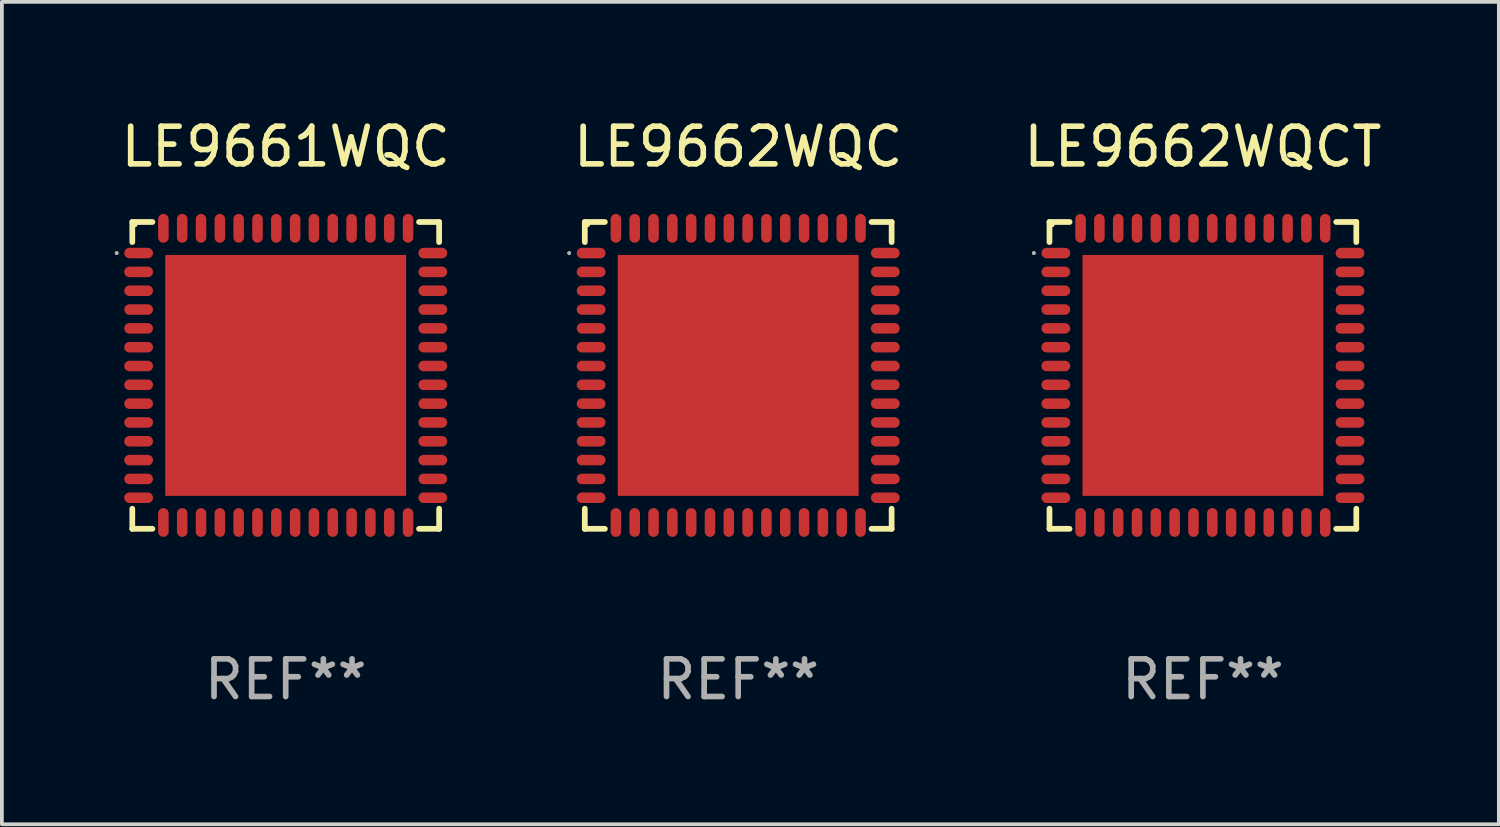
<source format=kicad_pcb>
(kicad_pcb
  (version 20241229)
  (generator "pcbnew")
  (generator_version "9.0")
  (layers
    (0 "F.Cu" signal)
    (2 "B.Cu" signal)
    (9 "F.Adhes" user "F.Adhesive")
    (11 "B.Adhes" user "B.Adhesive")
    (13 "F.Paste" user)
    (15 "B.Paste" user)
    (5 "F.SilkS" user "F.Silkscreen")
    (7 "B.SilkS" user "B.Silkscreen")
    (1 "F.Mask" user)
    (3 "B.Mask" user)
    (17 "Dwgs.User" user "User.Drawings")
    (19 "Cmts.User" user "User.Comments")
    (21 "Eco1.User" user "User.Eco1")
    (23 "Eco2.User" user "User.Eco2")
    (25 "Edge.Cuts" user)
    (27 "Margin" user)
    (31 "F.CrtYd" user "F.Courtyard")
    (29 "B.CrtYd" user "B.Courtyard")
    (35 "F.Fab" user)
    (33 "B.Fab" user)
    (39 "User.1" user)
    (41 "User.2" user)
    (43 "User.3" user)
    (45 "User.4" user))
  (footprint "LE9662WQC"
    (layer "F.Cu")
    (at 16.563 6.924)
    (property "Reference" "LE9662WQC" (at 0 -6.076 0) (layer "F.SilkS") (effects (font (size 1 1) (thickness 0.15))))
    (attr through_hole)
    (fp_line (start -4.076 -4.076) (end -3.542 -4.076) (stroke (width 0.152) (type solid)) (layer "F.SilkS"))
    (fp_line (start -4.076 -3.542) (end -4.076 -4.076) (stroke (width 0.152) (type solid)) (layer "F.SilkS"))
    (fp_line (start -4.076 3.542) (end -4.076 4.076) (stroke (width 0.152) (type solid)) (layer "F.SilkS"))
    (fp_line (start -4.076 4.076) (end -3.542 4.076) (stroke (width 0.152) (type solid)) (layer "F.SilkS"))
    (fp_line (start 4.076 -4.076) (end 3.542 -4.076) (stroke (width 0.152) (type solid)) (layer "F.SilkS"))
    (fp_line (start 4.076 -3.542) (end 4.076 -4.076) (stroke (width 0.152) (type solid)) (layer "F.SilkS"))
    (fp_line (start 4.076 3.542) (end 4.076 4.076) (stroke (width 0.152) (type solid)) (layer "F.SilkS"))
    (fp_line (start 4.076 4.076) (end 3.542 4.076) (stroke (width 0.152) (type solid)) (layer "F.SilkS"))
    (fp_circle (center -4.491 -3.25) (end -4.466 -3.25) (stroke (width 0.05) (type solid)) (fill no) (layer "F.SilkS"))
    (fp_circle (center -4 -4) (end -3.97 -4) (stroke (width 0.06) (type solid)) (fill no) (layer "F.SilkS"))
    (fp_circle (center -4.491 -3.25) (end -4.466 -3.25) (stroke (width 0.05) (type solid)) (fill no) (layer "F.Fab"))
    (fp_text user "REF**" (at 0 8.076 0) (layer "F.Fab") (effects (font (size 1 1) (thickness 0.15))))
    (pad "1" smd oval (at -3.908 -3.25) (size 0.765 0.28) (layers "F.Cu" "F.Mask" "F.Paste"))
    (pad "2" smd oval (at -3.908 -2.75) (size 0.765 0.28) (layers "F.Cu" "F.Mask" "F.Paste"))
    (pad "3" smd oval (at -3.908 -2.25) (size 0.765 0.28) (layers "F.Cu" "F.Mask" "F.Paste"))
    (pad "4" smd oval (at -3.908 -1.75) (size 0.765 0.28) (layers "F.Cu" "F.Mask" "F.Paste"))
    (pad "5" smd oval (at -3.908 -1.25) (size 0.765 0.28) (layers "F.Cu" "F.Mask" "F.Paste"))
    (pad "6" smd oval (at -3.908 -0.75) (size 0.765 0.28) (layers "F.Cu" "F.Mask" "F.Paste"))
    (pad "7" smd oval (at -3.908 -0.25) (size 0.765 0.28) (layers "F.Cu" "F.Mask" "F.Paste"))
    (pad "8" smd oval (at -3.908 0.25) (size 0.765 0.28) (layers "F.Cu" "F.Mask" "F.Paste"))
    (pad "9" smd oval (at -3.908 0.75) (size 0.765 0.28) (layers "F.Cu" "F.Mask" "F.Paste"))
    (pad "10" smd oval (at -3.908 1.25) (size 0.765 0.28) (layers "F.Cu" "F.Mask" "F.Paste"))
    (pad "11" smd oval (at -3.908 1.75) (size 0.765 0.28) (layers "F.Cu" "F.Mask" "F.Paste"))
    (pad "12" smd oval (at -3.908 2.25) (size 0.765 0.28) (layers "F.Cu" "F.Mask" "F.Paste"))
    (pad "13" smd oval (at -3.908 2.75) (size 0.765 0.28) (layers "F.Cu" "F.Mask" "F.Paste"))
    (pad "14" smd oval (at -3.908 3.25) (size 0.765 0.28) (layers "F.Cu" "F.Mask" "F.Paste"))
    (pad "15" smd oval (at -3.25 3.908) (size 0.28 0.765) (layers "F.Cu" "F.Mask" "F.Paste"))
    (pad "16" smd oval (at -2.75 3.908) (size 0.28 0.765) (layers "F.Cu" "F.Mask" "F.Paste"))
    (pad "17" smd oval (at -2.25 3.908) (size 0.28 0.765) (layers "F.Cu" "F.Mask" "F.Paste"))
    (pad "18" smd oval (at -1.75 3.908) (size 0.28 0.765) (layers "F.Cu" "F.Mask" "F.Paste"))
    (pad "19" smd oval (at -1.25 3.908) (size 0.28 0.765) (layers "F.Cu" "F.Mask" "F.Paste"))
    (pad "20" smd oval (at -0.75 3.908) (size 0.28 0.765) (layers "F.Cu" "F.Mask" "F.Paste"))
    (pad "21" smd oval (at -0.25 3.908) (size 0.28 0.765) (layers "F.Cu" "F.Mask" "F.Paste"))
    (pad "22" smd oval (at 0.25 3.908) (size 0.28 0.765) (layers "F.Cu" "F.Mask" "F.Paste"))
    (pad "23" smd oval (at 0.75 3.908) (size 0.28 0.765) (layers "F.Cu" "F.Mask" "F.Paste"))
    (pad "24" smd oval (at 1.25 3.908) (size 0.28 0.765) (layers "F.Cu" "F.Mask" "F.Paste"))
    (pad "25" smd oval (at 1.75 3.908) (size 0.28 0.765) (layers "F.Cu" "F.Mask" "F.Paste"))
    (pad "26" smd oval (at 2.25 3.908) (size 0.28 0.765) (layers "F.Cu" "F.Mask" "F.Paste"))
    (pad "27" smd oval (at 2.75 3.908) (size 0.28 0.765) (layers "F.Cu" "F.Mask" "F.Paste"))
    (pad "28" smd oval (at 3.25 3.908) (size 0.28 0.765) (layers "F.Cu" "F.Mask" "F.Paste"))
    (pad "29" smd oval (at 3.908 3.25) (size 0.765 0.28) (layers "F.Cu" "F.Mask" "F.Paste"))
    (pad "30" smd oval (at 3.908 2.75) (size 0.765 0.28) (layers "F.Cu" "F.Mask" "F.Paste"))
    (pad "31" smd oval (at 3.908 2.25) (size 0.765 0.28) (layers "F.Cu" "F.Mask" "F.Paste"))
    (pad "32" smd oval (at 3.908 1.75) (size 0.765 0.28) (layers "F.Cu" "F.Mask" "F.Paste"))
    (pad "33" smd oval (at 3.908 1.25) (size 0.765 0.28) (layers "F.Cu" "F.Mask" "F.Paste"))
    (pad "34" smd oval (at 3.908 0.75) (size 0.765 0.28) (layers "F.Cu" "F.Mask" "F.Paste"))
    (pad "35" smd oval (at 3.908 0.25) (size 0.765 0.28) (layers "F.Cu" "F.Mask" "F.Paste"))
    (pad "36" smd oval (at 3.908 -0.25) (size 0.765 0.28) (layers "F.Cu" "F.Mask" "F.Paste"))
    (pad "37" smd oval (at 3.908 -0.75) (size 0.765 0.28) (layers "F.Cu" "F.Mask" "F.Paste"))
    (pad "38" smd oval (at 3.908 -1.25) (size 0.765 0.28) (layers "F.Cu" "F.Mask" "F.Paste"))
    (pad "39" smd oval (at 3.908 -1.75) (size 0.765 0.28) (layers "F.Cu" "F.Mask" "F.Paste"))
    (pad "40" smd oval (at 3.908 -2.25) (size 0.765 0.28) (layers "F.Cu" "F.Mask" "F.Paste"))
    (pad "41" smd oval (at 3.908 -2.75) (size 0.765 0.28) (layers "F.Cu" "F.Mask" "F.Paste"))
    (pad "42" smd oval (at 3.908 -3.25) (size 0.765 0.28) (layers "F.Cu" "F.Mask" "F.Paste"))
    (pad "43" smd oval (at 3.25 -3.908) (size 0.28 0.765) (layers "F.Cu" "F.Mask" "F.Paste"))
    (pad "44" smd oval (at 2.75 -3.908) (size 0.28 0.765) (layers "F.Cu" "F.Mask" "F.Paste"))
    (pad "45" smd oval (at 2.25 -3.908) (size 0.28 0.765) (layers "F.Cu" "F.Mask" "F.Paste"))
    (pad "46" smd oval (at 1.75 -3.908) (size 0.28 0.765) (layers "F.Cu" "F.Mask" "F.Paste"))
    (pad "47" smd oval (at 1.25 -3.908) (size 0.28 0.765) (layers "F.Cu" "F.Mask" "F.Paste"))
    (pad "48" smd oval (at 0.75 -3.908) (size 0.28 0.765) (layers "F.Cu" "F.Mask" "F.Paste"))
    (pad "49" smd oval (at 0.25 -3.908) (size 0.28 0.765) (layers "F.Cu" "F.Mask" "F.Paste"))
    (pad "50" smd oval (at -0.25 -3.908) (size 0.28 0.765) (layers "F.Cu" "F.Mask" "F.Paste"))
    (pad "51" smd oval (at -0.75 -3.908) (size 0.28 0.765) (layers "F.Cu" "F.Mask" "F.Paste"))
    (pad "52" smd oval (at -1.25 -3.908) (size 0.28 0.765) (layers "F.Cu" "F.Mask" "F.Paste"))
    (pad "53" smd oval (at -1.75 -3.908) (size 0.28 0.765) (layers "F.Cu" "F.Mask" "F.Paste"))
    (pad "54" smd oval (at -2.25 -3.908) (size 0.28 0.765) (layers "F.Cu" "F.Mask" "F.Paste"))
    (pad "55" smd oval (at -2.75 -3.908) (size 0.28 0.765) (layers "F.Cu" "F.Mask" "F.Paste"))
    (pad "56" smd oval (at -3.25 -3.908) (size 0.28 0.765) (layers "F.Cu" "F.Mask" "F.Paste"))
    (pad "57" smd rect (at 0 0) (size 6.4 6.4) (layers "F.Cu" "F.Mask" "F.Paste")))
  (footprint "LE9662WQCT"
    (layer "F.Cu")
    (at 28.909 6.924)
    (property "Reference" "LE9662WQCT" (at 0 -6.076 0) (layer "F.SilkS") (effects (font (size 1 1) (thickness 0.15))))
    (attr through_hole)
    (fp_line (start -4.076 -4.076) (end -3.542 -4.076) (stroke (width 0.152) (type solid)) (layer "F.SilkS"))
    (fp_line (start -4.076 -3.542) (end -4.076 -4.076) (stroke (width 0.152) (type solid)) (layer "F.SilkS"))
    (fp_line (start -4.076 3.542) (end -4.076 4.076) (stroke (width 0.152) (type solid)) (layer "F.SilkS"))
    (fp_line (start -4.076 4.076) (end -3.542 4.076) (stroke (width 0.152) (type solid)) (layer "F.SilkS"))
    (fp_line (start 4.076 -4.076) (end 3.542 -4.076) (stroke (width 0.152) (type solid)) (layer "F.SilkS"))
    (fp_line (start 4.076 -3.542) (end 4.076 -4.076) (stroke (width 0.152) (type solid)) (layer "F.SilkS"))
    (fp_line (start 4.076 3.542) (end 4.076 4.076) (stroke (width 0.152) (type solid)) (layer "F.SilkS"))
    (fp_line (start 4.076 4.076) (end 3.542 4.076) (stroke (width 0.152) (type solid)) (layer "F.SilkS"))
    (fp_circle (center -4.491 -3.25) (end -4.466 -3.25) (stroke (width 0.05) (type solid)) (fill no) (layer "F.SilkS"))
    (fp_circle (center -4 -4) (end -3.97 -4) (stroke (width 0.06) (type solid)) (fill no) (layer "F.SilkS"))
    (fp_circle (center -4.491 -3.25) (end -4.466 -3.25) (stroke (width 0.05) (type solid)) (fill no) (layer "F.Fab"))
    (fp_text user "REF**" (at 0 8.076 0) (layer "F.Fab") (effects (font (size 1 1) (thickness 0.15))))
    (pad "1" smd oval (at -3.908 -3.25) (size 0.765 0.28) (layers "F.Cu" "F.Mask" "F.Paste"))
    (pad "2" smd oval (at -3.908 -2.75) (size 0.765 0.28) (layers "F.Cu" "F.Mask" "F.Paste"))
    (pad "3" smd oval (at -3.908 -2.25) (size 0.765 0.28) (layers "F.Cu" "F.Mask" "F.Paste"))
    (pad "4" smd oval (at -3.908 -1.75) (size 0.765 0.28) (layers "F.Cu" "F.Mask" "F.Paste"))
    (pad "5" smd oval (at -3.908 -1.25) (size 0.765 0.28) (layers "F.Cu" "F.Mask" "F.Paste"))
    (pad "6" smd oval (at -3.908 -0.75) (size 0.765 0.28) (layers "F.Cu" "F.Mask" "F.Paste"))
    (pad "7" smd oval (at -3.908 -0.25) (size 0.765 0.28) (layers "F.Cu" "F.Mask" "F.Paste"))
    (pad "8" smd oval (at -3.908 0.25) (size 0.765 0.28) (layers "F.Cu" "F.Mask" "F.Paste"))
    (pad "9" smd oval (at -3.908 0.75) (size 0.765 0.28) (layers "F.Cu" "F.Mask" "F.Paste"))
    (pad "10" smd oval (at -3.908 1.25) (size 0.765 0.28) (layers "F.Cu" "F.Mask" "F.Paste"))
    (pad "11" smd oval (at -3.908 1.75) (size 0.765 0.28) (layers "F.Cu" "F.Mask" "F.Paste"))
    (pad "12" smd oval (at -3.908 2.25) (size 0.765 0.28) (layers "F.Cu" "F.Mask" "F.Paste"))
    (pad "13" smd oval (at -3.908 2.75) (size 0.765 0.28) (layers "F.Cu" "F.Mask" "F.Paste"))
    (pad "14" smd oval (at -3.908 3.25) (size 0.765 0.28) (layers "F.Cu" "F.Mask" "F.Paste"))
    (pad "15" smd oval (at -3.25 3.908) (size 0.28 0.765) (layers "F.Cu" "F.Mask" "F.Paste"))
    (pad "16" smd oval (at -2.75 3.908) (size 0.28 0.765) (layers "F.Cu" "F.Mask" "F.Paste"))
    (pad "17" smd oval (at -2.25 3.908) (size 0.28 0.765) (layers "F.Cu" "F.Mask" "F.Paste"))
    (pad "18" smd oval (at -1.75 3.908) (size 0.28 0.765) (layers "F.Cu" "F.Mask" "F.Paste"))
    (pad "19" smd oval (at -1.25 3.908) (size 0.28 0.765) (layers "F.Cu" "F.Mask" "F.Paste"))
    (pad "20" smd oval (at -0.75 3.908) (size 0.28 0.765) (layers "F.Cu" "F.Mask" "F.Paste"))
    (pad "21" smd oval (at -0.25 3.908) (size 0.28 0.765) (layers "F.Cu" "F.Mask" "F.Paste"))
    (pad "22" smd oval (at 0.25 3.908) (size 0.28 0.765) (layers "F.Cu" "F.Mask" "F.Paste"))
    (pad "23" smd oval (at 0.75 3.908) (size 0.28 0.765) (layers "F.Cu" "F.Mask" "F.Paste"))
    (pad "24" smd oval (at 1.25 3.908) (size 0.28 0.765) (layers "F.Cu" "F.Mask" "F.Paste"))
    (pad "25" smd oval (at 1.75 3.908) (size 0.28 0.765) (layers "F.Cu" "F.Mask" "F.Paste"))
    (pad "26" smd oval (at 2.25 3.908) (size 0.28 0.765) (layers "F.Cu" "F.Mask" "F.Paste"))
    (pad "27" smd oval (at 2.75 3.908) (size 0.28 0.765) (layers "F.Cu" "F.Mask" "F.Paste"))
    (pad "28" smd oval (at 3.25 3.908) (size 0.28 0.765) (layers "F.Cu" "F.Mask" "F.Paste"))
    (pad "29" smd oval (at 3.908 3.25) (size 0.765 0.28) (layers "F.Cu" "F.Mask" "F.Paste"))
    (pad "30" smd oval (at 3.908 2.75) (size 0.765 0.28) (layers "F.Cu" "F.Mask" "F.Paste"))
    (pad "31" smd oval (at 3.908 2.25) (size 0.765 0.28) (layers "F.Cu" "F.Mask" "F.Paste"))
    (pad "32" smd oval (at 3.908 1.75) (size 0.765 0.28) (layers "F.Cu" "F.Mask" "F.Paste"))
    (pad "33" smd oval (at 3.908 1.25) (size 0.765 0.28) (layers "F.Cu" "F.Mask" "F.Paste"))
    (pad "34" smd oval (at 3.908 0.75) (size 0.765 0.28) (layers "F.Cu" "F.Mask" "F.Paste"))
    (pad "35" smd oval (at 3.908 0.25) (size 0.765 0.28) (layers "F.Cu" "F.Mask" "F.Paste"))
    (pad "36" smd oval (at 3.908 -0.25) (size 0.765 0.28) (layers "F.Cu" "F.Mask" "F.Paste"))
    (pad "37" smd oval (at 3.908 -0.75) (size 0.765 0.28) (layers "F.Cu" "F.Mask" "F.Paste"))
    (pad "38" smd oval (at 3.908 -1.25) (size 0.765 0.28) (layers "F.Cu" "F.Mask" "F.Paste"))
    (pad "39" smd oval (at 3.908 -1.75) (size 0.765 0.28) (layers "F.Cu" "F.Mask" "F.Paste"))
    (pad "40" smd oval (at 3.908 -2.25) (size 0.765 0.28) (layers "F.Cu" "F.Mask" "F.Paste"))
    (pad "41" smd oval (at 3.908 -2.75) (size 0.765 0.28) (layers "F.Cu" "F.Mask" "F.Paste"))
    (pad "42" smd oval (at 3.908 -3.25) (size 0.765 0.28) (layers "F.Cu" "F.Mask" "F.Paste"))
    (pad "43" smd oval (at 3.25 -3.908) (size 0.28 0.765) (layers "F.Cu" "F.Mask" "F.Paste"))
    (pad "44" smd oval (at 2.75 -3.908) (size 0.28 0.765) (layers "F.Cu" "F.Mask" "F.Paste"))
    (pad "45" smd oval (at 2.25 -3.908) (size 0.28 0.765) (layers "F.Cu" "F.Mask" "F.Paste"))
    (pad "46" smd oval (at 1.75 -3.908) (size 0.28 0.765) (layers "F.Cu" "F.Mask" "F.Paste"))
    (pad "47" smd oval (at 1.25 -3.908) (size 0.28 0.765) (layers "F.Cu" "F.Mask" "F.Paste"))
    (pad "48" smd oval (at 0.75 -3.908) (size 0.28 0.765) (layers "F.Cu" "F.Mask" "F.Paste"))
    (pad "49" smd oval (at 0.25 -3.908) (size 0.28 0.765) (layers "F.Cu" "F.Mask" "F.Paste"))
    (pad "50" smd oval (at -0.25 -3.908) (size 0.28 0.765) (layers "F.Cu" "F.Mask" "F.Paste"))
    (pad "51" smd oval (at -0.75 -3.908) (size 0.28 0.765) (layers "F.Cu" "F.Mask" "F.Paste"))
    (pad "52" smd oval (at -1.25 -3.908) (size 0.28 0.765) (layers "F.Cu" "F.Mask" "F.Paste"))
    (pad "53" smd oval (at -1.75 -3.908) (size 0.28 0.765) (layers "F.Cu" "F.Mask" "F.Paste"))
    (pad "54" smd oval (at -2.25 -3.908) (size 0.28 0.765) (layers "F.Cu" "F.Mask" "F.Paste"))
    (pad "55" smd oval (at -2.75 -3.908) (size 0.28 0.765) (layers "F.Cu" "F.Mask" "F.Paste"))
    (pad "56" smd oval (at -3.25 -3.908) (size 0.28 0.765) (layers "F.Cu" "F.Mask" "F.Paste"))
    (pad "57" smd rect (at 0 0) (size 6.4 6.4) (layers "F.Cu" "F.Mask" "F.Paste")))
  (footprint "LE9661WQC"
    (layer "F.Cu")
    (at 4.541 6.924)
    (property "Reference" "LE9661WQC" (at 0 -6.076 0) (layer "F.SilkS") (effects (font (size 1 1) (thickness 0.15))))
    (attr through_hole)
    (fp_line (start -4.076 -4.076) (end -3.542 -4.076) (stroke (width 0.152) (type solid)) (layer "F.SilkS"))
    (fp_line (start -4.076 -3.542) (end -4.076 -4.076) (stroke (width 0.152) (type solid)) (layer "F.SilkS"))
    (fp_line (start -4.076 3.542) (end -4.076 4.076) (stroke (width 0.152) (type solid)) (layer "F.SilkS"))
    (fp_line (start -4.076 4.076) (end -3.542 4.076) (stroke (width 0.152) (type solid)) (layer "F.SilkS"))
    (fp_line (start 4.076 -4.076) (end 3.542 -4.076) (stroke (width 0.152) (type solid)) (layer "F.SilkS"))
    (fp_line (start 4.076 -3.542) (end 4.076 -4.076) (stroke (width 0.152) (type solid)) (layer "F.SilkS"))
    (fp_line (start 4.076 3.542) (end 4.076 4.076) (stroke (width 0.152) (type solid)) (layer "F.SilkS"))
    (fp_line (start 4.076 4.076) (end 3.542 4.076) (stroke (width 0.152) (type solid)) (layer "F.SilkS"))
    (fp_circle (center -4.491 -3.25) (end -4.466 -3.25) (stroke (width 0.05) (type solid)) (fill no) (layer "F.SilkS"))
    (fp_circle (center -4 -4) (end -3.97 -4) (stroke (width 0.06) (type solid)) (fill no) (layer "F.SilkS"))
    (fp_circle (center -4.491 -3.25) (end -4.466 -3.25) (stroke (width 0.05) (type solid)) (fill no) (layer "F.Fab"))
    (fp_text user "REF**" (at 0 8.076 0) (layer "F.Fab") (effects (font (size 1 1) (thickness 0.15))))
    (pad "1" smd oval (at -3.908 -3.25) (size 0.765 0.28) (layers "F.Cu" "F.Mask" "F.Paste"))
    (pad "2" smd oval (at -3.908 -2.75) (size 0.765 0.28) (layers "F.Cu" "F.Mask" "F.Paste"))
    (pad "3" smd oval (at -3.908 -2.25) (size 0.765 0.28) (layers "F.Cu" "F.Mask" "F.Paste"))
    (pad "4" smd oval (at -3.908 -1.75) (size 0.765 0.28) (layers "F.Cu" "F.Mask" "F.Paste"))
    (pad "5" smd oval (at -3.908 -1.25) (size 0.765 0.28) (layers "F.Cu" "F.Mask" "F.Paste"))
    (pad "6" smd oval (at -3.908 -0.75) (size 0.765 0.28) (layers "F.Cu" "F.Mask" "F.Paste"))
    (pad "7" smd oval (at -3.908 -0.25) (size 0.765 0.28) (layers "F.Cu" "F.Mask" "F.Paste"))
    (pad "8" smd oval (at -3.908 0.25) (size 0.765 0.28) (layers "F.Cu" "F.Mask" "F.Paste"))
    (pad "9" smd oval (at -3.908 0.75) (size 0.765 0.28) (layers "F.Cu" "F.Mask" "F.Paste"))
    (pad "10" smd oval (at -3.908 1.25) (size 0.765 0.28) (layers "F.Cu" "F.Mask" "F.Paste"))
    (pad "11" smd oval (at -3.908 1.75) (size 0.765 0.28) (layers "F.Cu" "F.Mask" "F.Paste"))
    (pad "12" smd oval (at -3.908 2.25) (size 0.765 0.28) (layers "F.Cu" "F.Mask" "F.Paste"))
    (pad "13" smd oval (at -3.908 2.75) (size 0.765 0.28) (layers "F.Cu" "F.Mask" "F.Paste"))
    (pad "14" smd oval (at -3.908 3.25) (size 0.765 0.28) (layers "F.Cu" "F.Mask" "F.Paste"))
    (pad "15" smd oval (at -3.25 3.908) (size 0.28 0.765) (layers "F.Cu" "F.Mask" "F.Paste"))
    (pad "16" smd oval (at -2.75 3.908) (size 0.28 0.765) (layers "F.Cu" "F.Mask" "F.Paste"))
    (pad "17" smd oval (at -2.25 3.908) (size 0.28 0.765) (layers "F.Cu" "F.Mask" "F.Paste"))
    (pad "18" smd oval (at -1.75 3.908) (size 0.28 0.765) (layers "F.Cu" "F.Mask" "F.Paste"))
    (pad "19" smd oval (at -1.25 3.908) (size 0.28 0.765) (layers "F.Cu" "F.Mask" "F.Paste"))
    (pad "20" smd oval (at -0.75 3.908) (size 0.28 0.765) (layers "F.Cu" "F.Mask" "F.Paste"))
    (pad "21" smd oval (at -0.25 3.908) (size 0.28 0.765) (layers "F.Cu" "F.Mask" "F.Paste"))
    (pad "22" smd oval (at 0.25 3.908) (size 0.28 0.765) (layers "F.Cu" "F.Mask" "F.Paste"))
    (pad "23" smd oval (at 0.75 3.908) (size 0.28 0.765) (layers "F.Cu" "F.Mask" "F.Paste"))
    (pad "24" smd oval (at 1.25 3.908) (size 0.28 0.765) (layers "F.Cu" "F.Mask" "F.Paste"))
    (pad "25" smd oval (at 1.75 3.908) (size 0.28 0.765) (layers "F.Cu" "F.Mask" "F.Paste"))
    (pad "26" smd oval (at 2.25 3.908) (size 0.28 0.765) (layers "F.Cu" "F.Mask" "F.Paste"))
    (pad "27" smd oval (at 2.75 3.908) (size 0.28 0.765) (layers "F.Cu" "F.Mask" "F.Paste"))
    (pad "28" smd oval (at 3.25 3.908) (size 0.28 0.765) (layers "F.Cu" "F.Mask" "F.Paste"))
    (pad "29" smd oval (at 3.908 3.25) (size 0.765 0.28) (layers "F.Cu" "F.Mask" "F.Paste"))
    (pad "30" smd oval (at 3.908 2.75) (size 0.765 0.28) (layers "F.Cu" "F.Mask" "F.Paste"))
    (pad "31" smd oval (at 3.908 2.25) (size 0.765 0.28) (layers "F.Cu" "F.Mask" "F.Paste"))
    (pad "32" smd oval (at 3.908 1.75) (size 0.765 0.28) (layers "F.Cu" "F.Mask" "F.Paste"))
    (pad "33" smd oval (at 3.908 1.25) (size 0.765 0.28) (layers "F.Cu" "F.Mask" "F.Paste"))
    (pad "34" smd oval (at 3.908 0.75) (size 0.765 0.28) (layers "F.Cu" "F.Mask" "F.Paste"))
    (pad "35" smd oval (at 3.908 0.25) (size 0.765 0.28) (layers "F.Cu" "F.Mask" "F.Paste"))
    (pad "36" smd oval (at 3.908 -0.25) (size 0.765 0.28) (layers "F.Cu" "F.Mask" "F.Paste"))
    (pad "37" smd oval (at 3.908 -0.75) (size 0.765 0.28) (layers "F.Cu" "F.Mask" "F.Paste"))
    (pad "38" smd oval (at 3.908 -1.25) (size 0.765 0.28) (layers "F.Cu" "F.Mask" "F.Paste"))
    (pad "39" smd oval (at 3.908 -1.75) (size 0.765 0.28) (layers "F.Cu" "F.Mask" "F.Paste"))
    (pad "40" smd oval (at 3.908 -2.25) (size 0.765 0.28) (layers "F.Cu" "F.Mask" "F.Paste"))
    (pad "41" smd oval (at 3.908 -2.75) (size 0.765 0.28) (layers "F.Cu" "F.Mask" "F.Paste"))
    (pad "42" smd oval (at 3.908 -3.25) (size 0.765 0.28) (layers "F.Cu" "F.Mask" "F.Paste"))
    (pad "43" smd oval (at 3.25 -3.908) (size 0.28 0.765) (layers "F.Cu" "F.Mask" "F.Paste"))
    (pad "44" smd oval (at 2.75 -3.908) (size 0.28 0.765) (layers "F.Cu" "F.Mask" "F.Paste"))
    (pad "45" smd oval (at 2.25 -3.908) (size 0.28 0.765) (layers "F.Cu" "F.Mask" "F.Paste"))
    (pad "46" smd oval (at 1.75 -3.908) (size 0.28 0.765) (layers "F.Cu" "F.Mask" "F.Paste"))
    (pad "47" smd oval (at 1.25 -3.908) (size 0.28 0.765) (layers "F.Cu" "F.Mask" "F.Paste"))
    (pad "48" smd oval (at 0.75 -3.908) (size 0.28 0.765) (layers "F.Cu" "F.Mask" "F.Paste"))
    (pad "49" smd oval (at 0.25 -3.908) (size 0.28 0.765) (layers "F.Cu" "F.Mask" "F.Paste"))
    (pad "50" smd oval (at -0.25 -3.908) (size 0.28 0.765) (layers "F.Cu" "F.Mask" "F.Paste"))
    (pad "51" smd oval (at -0.75 -3.908) (size 0.28 0.765) (layers "F.Cu" "F.Mask" "F.Paste"))
    (pad "52" smd oval (at -1.25 -3.908) (size 0.28 0.765) (layers "F.Cu" "F.Mask" "F.Paste"))
    (pad "53" smd oval (at -1.75 -3.908) (size 0.28 0.765) (layers "F.Cu" "F.Mask" "F.Paste"))
    (pad "54" smd oval (at -2.25 -3.908) (size 0.28 0.765) (layers "F.Cu" "F.Mask" "F.Paste"))
    (pad "55" smd oval (at -2.75 -3.908) (size 0.28 0.765) (layers "F.Cu" "F.Mask" "F.Paste"))
    (pad "56" smd oval (at -3.25 -3.908) (size 0.28 0.765) (layers "F.Cu" "F.Mask" "F.Paste"))
    (pad "57" smd rect (at 0 0) (size 6.4 6.4) (layers "F.Cu" "F.Mask" "F.Paste")))
  (gr_rect
    (start -3 -3)
    (end 36.772 18.849)
    (stroke (width 0.1) (type default))
    (fill no)
    (layer "Edge.Cuts")))
</source>
